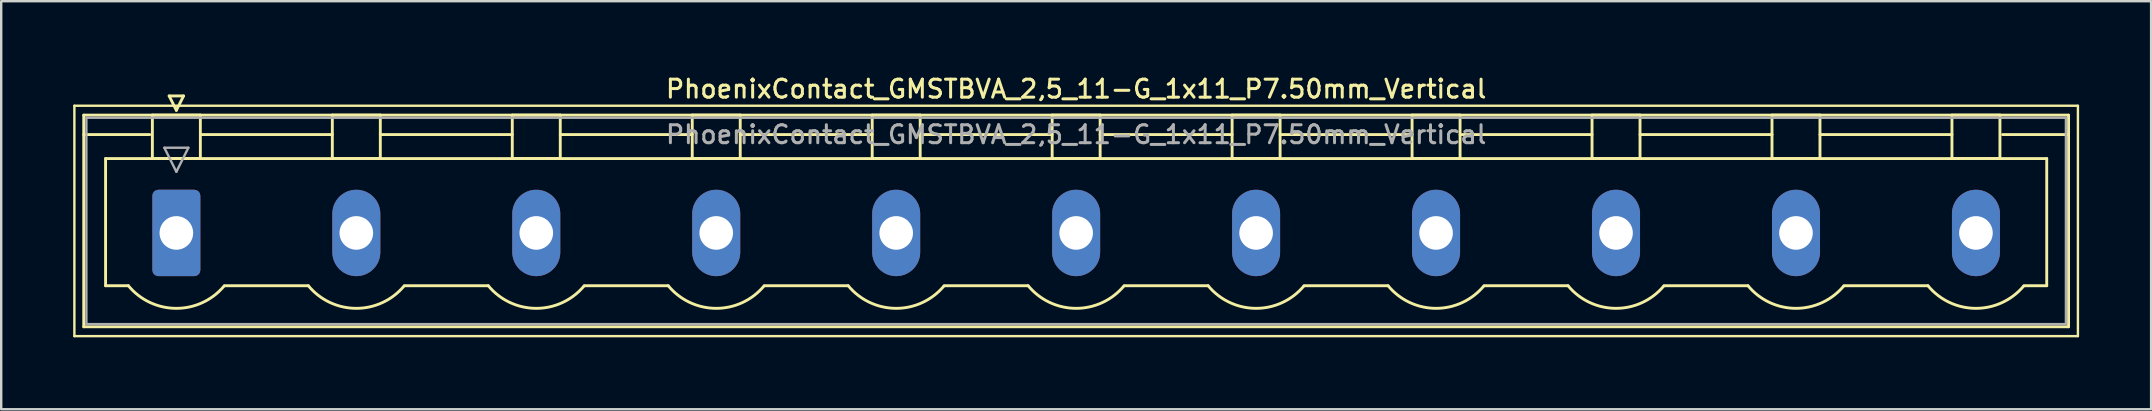
<source format=kicad_pcb>
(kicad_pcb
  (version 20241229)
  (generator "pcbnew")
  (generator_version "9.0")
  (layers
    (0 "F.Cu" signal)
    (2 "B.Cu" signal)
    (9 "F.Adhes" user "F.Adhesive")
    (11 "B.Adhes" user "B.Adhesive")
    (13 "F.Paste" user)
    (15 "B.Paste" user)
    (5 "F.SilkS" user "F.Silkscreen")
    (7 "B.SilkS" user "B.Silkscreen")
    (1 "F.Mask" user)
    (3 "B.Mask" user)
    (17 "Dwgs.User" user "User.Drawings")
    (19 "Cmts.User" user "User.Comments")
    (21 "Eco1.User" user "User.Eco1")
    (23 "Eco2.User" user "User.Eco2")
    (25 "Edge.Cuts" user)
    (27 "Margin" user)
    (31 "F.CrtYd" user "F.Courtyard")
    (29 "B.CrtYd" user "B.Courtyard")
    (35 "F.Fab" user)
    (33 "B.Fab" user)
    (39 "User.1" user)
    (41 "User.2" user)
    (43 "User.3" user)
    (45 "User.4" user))
  (footprint "PhoenixContact_GMSTBVA_2,5_11-G_1x11_P7.50mm_Vertical"
    (layer "F.Cu")
    (at 4.3 6.658)
    (property "Reference" "PhoenixContact_GMSTBVA_2,5_11-G_1x11_P7.50mm_Vertical" (at 37.5 -6 0) (layer "F.SilkS") (effects (font (size 0.75 0.75) (thickness 0.125))))
    (attr through_hole)
    (fp_line (start -4.25 -5.3) (end -4.25 4.3) (stroke (width 0.1) (type solid)) (layer "F.SilkS"))
    (fp_line (start -4.25 4.3) (end 79.25 4.3) (stroke (width 0.1) (type solid)) (layer "F.SilkS"))
    (fp_line (start -3.86 -4.91) (end -3.86 3.91) (stroke (width 0.12) (type solid)) (layer "F.SilkS"))
    (fp_line (start -3.86 -4.1) (end -1.11 -4.1) (stroke (width 0.12) (type solid)) (layer "F.SilkS"))
    (fp_line (start -3.86 3.91) (end 78.86 3.91) (stroke (width 0.12) (type solid)) (layer "F.SilkS"))
    (fp_line (start -2.95 -3.1) (end 77.95 -3.1) (stroke (width 0.12) (type solid)) (layer "F.SilkS"))
    (fp_line (start -2.95 2.2) (end -2.95 -3.1) (stroke (width 0.12) (type solid)) (layer "F.SilkS"))
    (fp_line (start -2 2.2) (end -2.95 2.2) (stroke (width 0.12) (type solid)) (layer "F.SilkS"))
    (fp_line (start -1 -4.91) (end 1 -4.91) (stroke (width 0.12) (type solid)) (layer "F.SilkS"))
    (fp_line (start -1 -3.1) (end -1 -4.91) (stroke (width 0.12) (type solid)) (layer "F.SilkS"))
    (fp_line (start -0.3 -5.71) (end 0.3 -5.71) (stroke (width 0.12) (type solid)) (layer "F.SilkS"))
    (fp_line (start 0 -5.11) (end -0.3 -5.71) (stroke (width 0.12) (type solid)) (layer "F.SilkS"))
    (fp_line (start 0.3 -5.71) (end 0 -5.11) (stroke (width 0.12) (type solid)) (layer "F.SilkS"))
    (fp_line (start 1 -4.91) (end 1 -3.1) (stroke (width 0.12) (type solid)) (layer "F.SilkS"))
    (fp_line (start 1 -4.1) (end 6.5 -4.1) (stroke (width 0.12) (type solid)) (layer "F.SilkS"))
    (fp_line (start 1 -3.1) (end -1 -3.1) (stroke (width 0.12) (type solid)) (layer "F.SilkS"))
    (fp_line (start 2 2.2) (end 5.5 2.2) (stroke (width 0.12) (type solid)) (layer "F.SilkS"))
    (fp_line (start 6.5 -4.91) (end 8.5 -4.91) (stroke (width 0.12) (type solid)) (layer "F.SilkS"))
    (fp_line (start 6.5 -3.1) (end 6.5 -4.91) (stroke (width 0.12) (type solid)) (layer "F.SilkS"))
    (fp_line (start 8.5 -4.91) (end 8.5 -3.1) (stroke (width 0.12) (type solid)) (layer "F.SilkS"))
    (fp_line (start 8.5 -4.1) (end 14 -4.1) (stroke (width 0.12) (type solid)) (layer "F.SilkS"))
    (fp_line (start 8.5 -3.1) (end 6.5 -3.1) (stroke (width 0.12) (type solid)) (layer "F.SilkS"))
    (fp_line (start 9.5 2.2) (end 13 2.2) (stroke (width 0.12) (type solid)) (layer "F.SilkS"))
    (fp_line (start 14 -4.91) (end 16 -4.91) (stroke (width 0.12) (type solid)) (layer "F.SilkS"))
    (fp_line (start 14 -3.1) (end 14 -4.91) (stroke (width 0.12) (type solid)) (layer "F.SilkS"))
    (fp_line (start 16 -4.91) (end 16 -3.1) (stroke (width 0.12) (type solid)) (layer "F.SilkS"))
    (fp_line (start 16 -4.1) (end 21.5 -4.1) (stroke (width 0.12) (type solid)) (layer "F.SilkS"))
    (fp_line (start 16 -3.1) (end 14 -3.1) (stroke (width 0.12) (type solid)) (layer "F.SilkS"))
    (fp_line (start 17 2.2) (end 20.5 2.2) (stroke (width 0.12) (type solid)) (layer "F.SilkS"))
    (fp_line (start 21.5 -4.91) (end 23.5 -4.91) (stroke (width 0.12) (type solid)) (layer "F.SilkS"))
    (fp_line (start 21.5 -3.1) (end 21.5 -4.91) (stroke (width 0.12) (type solid)) (layer "F.SilkS"))
    (fp_line (start 23.5 -4.91) (end 23.5 -3.1) (stroke (width 0.12) (type solid)) (layer "F.SilkS"))
    (fp_line (start 23.5 -4.1) (end 29 -4.1) (stroke (width 0.12) (type solid)) (layer "F.SilkS"))
    (fp_line (start 23.5 -3.1) (end 21.5 -3.1) (stroke (width 0.12) (type solid)) (layer "F.SilkS"))
    (fp_line (start 24.5 2.2) (end 28 2.2) (stroke (width 0.12) (type solid)) (layer "F.SilkS"))
    (fp_line (start 29 -4.91) (end 31 -4.91) (stroke (width 0.12) (type solid)) (layer "F.SilkS"))
    (fp_line (start 29 -3.1) (end 29 -4.91) (stroke (width 0.12) (type solid)) (layer "F.SilkS"))
    (fp_line (start 31 -4.91) (end 31 -3.1) (stroke (width 0.12) (type solid)) (layer "F.SilkS"))
    (fp_line (start 31 -4.1) (end 36.5 -4.1) (stroke (width 0.12) (type solid)) (layer "F.SilkS"))
    (fp_line (start 31 -3.1) (end 29 -3.1) (stroke (width 0.12) (type solid)) (layer "F.SilkS"))
    (fp_line (start 32 2.2) (end 35.5 2.2) (stroke (width 0.12) (type solid)) (layer "F.SilkS"))
    (fp_line (start 36.5 -4.91) (end 38.5 -4.91) (stroke (width 0.12) (type solid)) (layer "F.SilkS"))
    (fp_line (start 36.5 -3.1) (end 36.5 -4.91) (stroke (width 0.12) (type solid)) (layer "F.SilkS"))
    (fp_line (start 38.5 -4.91) (end 38.5 -3.1) (stroke (width 0.12) (type solid)) (layer "F.SilkS"))
    (fp_line (start 38.5 -4.1) (end 44 -4.1) (stroke (width 0.12) (type solid)) (layer "F.SilkS"))
    (fp_line (start 38.5 -3.1) (end 36.5 -3.1) (stroke (width 0.12) (type solid)) (layer "F.SilkS"))
    (fp_line (start 39.5 2.2) (end 43 2.2) (stroke (width 0.12) (type solid)) (layer "F.SilkS"))
    (fp_line (start 44 -4.91) (end 46 -4.91) (stroke (width 0.12) (type solid)) (layer "F.SilkS"))
    (fp_line (start 44 -3.1) (end 44 -4.91) (stroke (width 0.12) (type solid)) (layer "F.SilkS"))
    (fp_line (start 46 -4.91) (end 46 -3.1) (stroke (width 0.12) (type solid)) (layer "F.SilkS"))
    (fp_line (start 46 -4.1) (end 51.5 -4.1) (stroke (width 0.12) (type solid)) (layer "F.SilkS"))
    (fp_line (start 46 -3.1) (end 44 -3.1) (stroke (width 0.12) (type solid)) (layer "F.SilkS"))
    (fp_line (start 47 2.2) (end 50.5 2.2) (stroke (width 0.12) (type solid)) (layer "F.SilkS"))
    (fp_line (start 51.5 -4.91) (end 53.5 -4.91) (stroke (width 0.12) (type solid)) (layer "F.SilkS"))
    (fp_line (start 51.5 -3.1) (end 51.5 -4.91) (stroke (width 0.12) (type solid)) (layer "F.SilkS"))
    (fp_line (start 53.5 -4.91) (end 53.5 -3.1) (stroke (width 0.12) (type solid)) (layer "F.SilkS"))
    (fp_line (start 53.5 -4.1) (end 59 -4.1) (stroke (width 0.12) (type solid)) (layer "F.SilkS"))
    (fp_line (start 53.5 -3.1) (end 51.5 -3.1) (stroke (width 0.12) (type solid)) (layer "F.SilkS"))
    (fp_line (start 54.5 2.2) (end 58 2.2) (stroke (width 0.12) (type solid)) (layer "F.SilkS"))
    (fp_line (start 59 -4.91) (end 61 -4.91) (stroke (width 0.12) (type solid)) (layer "F.SilkS"))
    (fp_line (start 59 -3.1) (end 59 -4.91) (stroke (width 0.12) (type solid)) (layer "F.SilkS"))
    (fp_line (start 61 -4.91) (end 61 -3.1) (stroke (width 0.12) (type solid)) (layer "F.SilkS"))
    (fp_line (start 61 -4.1) (end 66.5 -4.1) (stroke (width 0.12) (type solid)) (layer "F.SilkS"))
    (fp_line (start 61 -3.1) (end 59 -3.1) (stroke (width 0.12) (type solid)) (layer "F.SilkS"))
    (fp_line (start 62 2.2) (end 65.5 2.2) (stroke (width 0.12) (type solid)) (layer "F.SilkS"))
    (fp_line (start 66.5 -4.91) (end 68.5 -4.91) (stroke (width 0.12) (type solid)) (layer "F.SilkS"))
    (fp_line (start 66.5 -3.1) (end 66.5 -4.91) (stroke (width 0.12) (type solid)) (layer "F.SilkS"))
    (fp_line (start 68.5 -4.91) (end 68.5 -3.1) (stroke (width 0.12) (type solid)) (layer "F.SilkS"))
    (fp_line (start 68.5 -4.1) (end 74 -4.1) (stroke (width 0.12) (type solid)) (layer "F.SilkS"))
    (fp_line (start 68.5 -3.1) (end 66.5 -3.1) (stroke (width 0.12) (type solid)) (layer "F.SilkS"))
    (fp_line (start 69.5 2.2) (end 73 2.2) (stroke (width 0.12) (type solid)) (layer "F.SilkS"))
    (fp_line (start 74 -4.91) (end 76 -4.91) (stroke (width 0.12) (type solid)) (layer "F.SilkS"))
    (fp_line (start 74 -3.1) (end 74 -4.91) (stroke (width 0.12) (type solid)) (layer "F.SilkS"))
    (fp_line (start 76 -4.91) (end 76 -3.1) (stroke (width 0.12) (type solid)) (layer "F.SilkS"))
    (fp_line (start 76 -3.1) (end 74 -3.1) (stroke (width 0.12) (type solid)) (layer "F.SilkS"))
    (fp_line (start 77.95 -3.1) (end 77.95 2.2) (stroke (width 0.12) (type solid)) (layer "F.SilkS"))
    (fp_line (start 77.95 2.2) (end 77 2.2) (stroke (width 0.12) (type solid)) (layer "F.SilkS"))
    (fp_line (start 78.86 -4.91) (end -3.86 -4.91) (stroke (width 0.12) (type solid)) (layer "F.SilkS"))
    (fp_line (start 78.86 -4.1) (end 76.11 -4.1) (stroke (width 0.12) (type solid)) (layer "F.SilkS"))
    (fp_line (start 78.86 3.91) (end 78.86 -4.91) (stroke (width 0.12) (type solid)) (layer "F.SilkS"))
    (fp_line (start 79.25 -5.3) (end -4.25 -5.3) (stroke (width 0.1) (type solid)) (layer "F.SilkS"))
    (fp_line (start 79.25 4.3) (end 79.25 -5.3) (stroke (width 0.1) (type solid)) (layer "F.SilkS"))
    (fp_arc (start 1.986842 2.215821) (mid -0.010289 3.142758) (end -2 2.2) (stroke (width 0.12) (type solid)) (layer "F.SilkS"))
    (fp_arc (start 9.486842 2.215821) (mid 7.489711 3.142758) (end 5.5 2.2) (stroke (width 0.12) (type solid)) (layer "F.SilkS"))
    (fp_arc (start 16.986842 2.215821) (mid 14.989711 3.142758) (end 13 2.2) (stroke (width 0.12) (type solid)) (layer "F.SilkS"))
    (fp_arc (start 24.486842 2.215821) (mid 22.489711 3.142758) (end 20.5 2.2) (stroke (width 0.12) (type solid)) (layer "F.SilkS"))
    (fp_arc (start 31.986842 2.215821) (mid 29.989711 3.142758) (end 28 2.2) (stroke (width 0.12) (type solid)) (layer "F.SilkS"))
    (fp_arc (start 39.486842 2.215821) (mid 37.489711 3.142758) (end 35.5 2.2) (stroke (width 0.12) (type solid)) (layer "F.SilkS"))
    (fp_arc (start 46.986842 2.215821) (mid 44.989711 3.142758) (end 43 2.2) (stroke (width 0.12) (type solid)) (layer "F.SilkS"))
    (fp_arc (start 54.486842 2.215821) (mid 52.489711 3.142758) (end 50.5 2.2) (stroke (width 0.12) (type solid)) (layer "F.SilkS"))
    (fp_arc (start 61.986842 2.215821) (mid 59.989711 3.142758) (end 58 2.2) (stroke (width 0.12) (type solid)) (layer "F.SilkS"))
    (fp_arc (start 69.486842 2.215821) (mid 67.489711 3.142758) (end 65.5 2.2) (stroke (width 0.12) (type solid)) (layer "F.SilkS"))
    (fp_arc (start 76.986842 2.215821) (mid 74.989711 3.142758) (end 73 2.2) (stroke (width 0.12) (type solid)) (layer "F.SilkS"))
    (fp_line (start -3.75 -4.8) (end -3.75 3.8) (stroke (width 0.1) (type solid)) (layer "F.Fab"))
    (fp_line (start -3.75 3.8) (end 78.75 3.8) (stroke (width 0.1) (type solid)) (layer "F.Fab"))
    (fp_line (start -0.5 -3.55) (end 0.5 -3.55) (stroke (width 0.1) (type solid)) (layer "F.Fab"))
    (fp_line (start 0 -2.55) (end -0.5 -3.55) (stroke (width 0.1) (type solid)) (layer "F.Fab"))
    (fp_line (start 0.5 -3.55) (end 0 -2.55) (stroke (width 0.1) (type solid)) (layer "F.Fab"))
    (fp_line (start 78.75 -4.8) (end -3.75 -4.8) (stroke (width 0.1) (type solid)) (layer "F.Fab"))
    (fp_line (start 78.75 3.8) (end 78.75 -4.8) (stroke (width 0.1) (type solid)) (layer "F.Fab"))
    (fp_text user "${REFERENCE}" (at 37.5 -4.1 0) (layer "F.Fab") (effects (font (size 0.75 0.75) (thickness 0.125))))
    (pad "1" thru_hole roundrect (at 0 0) (size 2 3.6) (drill 1.4) (layers "*.Cu" "*.Mask") (roundrect_rratio 0.125))
    (pad "2" thru_hole oval (at 7.5 0) (size 2 3.6) (drill 1.4) (layers "*.Cu" "*.Mask"))
    (pad "3" thru_hole oval (at 15 0) (size 2 3.6) (drill 1.4) (layers "*.Cu" "*.Mask"))
    (pad "4" thru_hole oval (at 22.5 0) (size 2 3.6) (drill 1.4) (layers "*.Cu" "*.Mask"))
    (pad "5" thru_hole oval (at 30 0) (size 2 3.6) (drill 1.4) (layers "*.Cu" "*.Mask"))
    (pad "6" thru_hole oval (at 37.5 0) (size 2 3.6) (drill 1.4) (layers "*.Cu" "*.Mask"))
    (pad "7" thru_hole oval (at 45 0) (size 2 3.6) (drill 1.4) (layers "*.Cu" "*.Mask"))
    (pad "8" thru_hole oval (at 52.5 0) (size 2 3.6) (drill 1.4) (layers "*.Cu" "*.Mask"))
    (pad "9" thru_hole oval (at 60 0) (size 2 3.6) (drill 1.4) (layers "*.Cu" "*.Mask"))
    (pad "10" thru_hole oval (at 67.5 0) (size 2 3.6) (drill 1.4) (layers "*.Cu" "*.Mask"))
    (pad "11" thru_hole oval (at 75 0) (size 2 3.6) (drill 1.4) (layers "*.Cu" "*.Mask")))
  (gr_rect
    (start -3 -3)
    (end 86.6 14.008)
    (stroke (width 0.1) (type default))
    (fill no)
    (layer "Edge.Cuts")))
</source>
